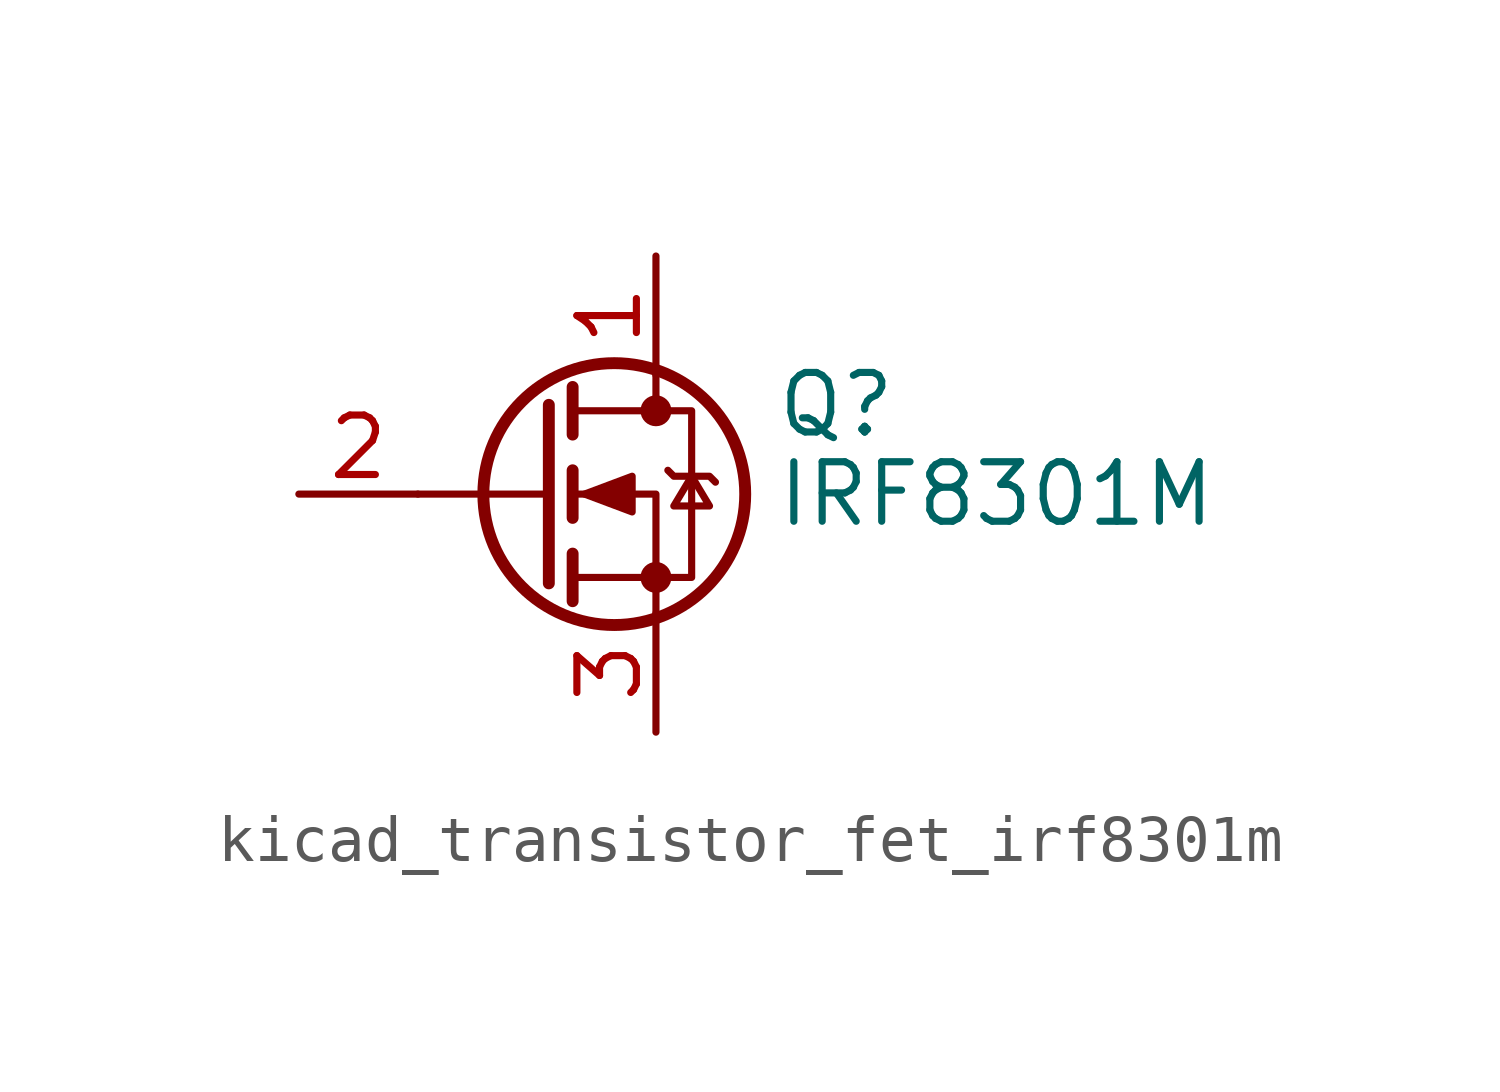
<source format=kicad_sym>
(kicad_symbol_lib
  (version 20220914)
  (generator kicad_symbol_editor)
  (symbol "kicad_transistor_fet_irf8301m"
    (pin_names hide)
    (property "Reference" "Q"
      (at 5.08 1.905 0)
      (effects (font (size 1.27 1.27)) (justify left)))
    (property "Value" "IRF8301M"
      (at 5.08 0 0)
      (effects (font (size 1.27 1.27)) (justify left)))
    (symbol "kicad_transistor_fet_irf8301m_0_1"
      (polyline (pts (xy 0.254 0) (xy -2.54 0)) (stroke (width 0) (type default)) (fill (type none)))
      (polyline (pts (xy 0.254 1.905) (xy 0.254 -1.905)) (stroke (width 0.254) (type default)) (fill (type none)))
      (polyline (pts (xy 0.762 -1.27) (xy 0.762 -2.286)) (stroke (width 0.254) (type default)) (fill (type none)))
      (polyline (pts (xy 0.762 0.508) (xy 0.762 -0.508)) (stroke (width 0.254) (type default)) (fill (type none)))
      (polyline (pts (xy 0.762 2.286) (xy 0.762 1.27)) (stroke (width 0.254) (type default)) (fill (type none)))
      (polyline (pts (xy 2.54 2.54) (xy 2.54 1.778)) (stroke (width 0) (type default)) (fill (type none)))
      (polyline (pts (xy 2.54 -2.54) (xy 2.54 0) (xy 0.762 0)) (stroke (width 0) (type default)) (fill (type none)))
      (polyline (pts (xy 0.762 -1.778) (xy 3.302 -1.778) (xy 3.302 1.778) (xy 0.762 1.778)) (stroke (width 0) (type default)) (fill (type none)))
      (polyline (pts (xy 1.016 0) (xy 2.032 0.381) (xy 2.032 -0.381) (xy 1.016 0)) (stroke (width 0) (type default)) (fill (type outline)))
      (polyline (pts (xy 2.794 0.508) (xy 2.921 0.381) (xy 3.683 0.381) (xy 3.81 0.254)) (stroke (width 0) (type default)) (fill (type none)))
      (polyline (pts (xy 3.302 0.381) (xy 2.921 -0.254) (xy 3.683 -0.254) (xy 3.302 0.381)) (stroke (width 0) (type default)) (fill (type none)))
      (circle (center 1.651 0) (radius 2.794) (stroke (width 0.254) (type default)) (fill (type none)))
      (circle (center 2.54 -1.778) (radius 0.254) (stroke (width 0) (type default)) (fill (type outline)))
      (circle (center 2.54 1.778) (radius 0.254) (stroke (width 0) (type default)) (fill (type outline))))
    (symbol "kicad_transistor_fet_irf8301m_1_1"
      (pin passive line (at 2.54 5.08 270) (length 2.54) (name "D" (effects (font (size 1.27 1.27)))) (number "1" (effects (font (size 1.27 1.27)))))
      (pin input line (at -5.08 0 0) (length 2.54) (name "G" (effects (font (size 1.27 1.27)))) (number "2" (effects (font (size 1.27 1.27)))))
      (pin passive line (at 2.54 -5.08 90) (length 2.54) (name "S" (effects (font (size 1.27 1.27)))) (number "3" (effects (font (size 1.27 1.27))))))))
</source>
